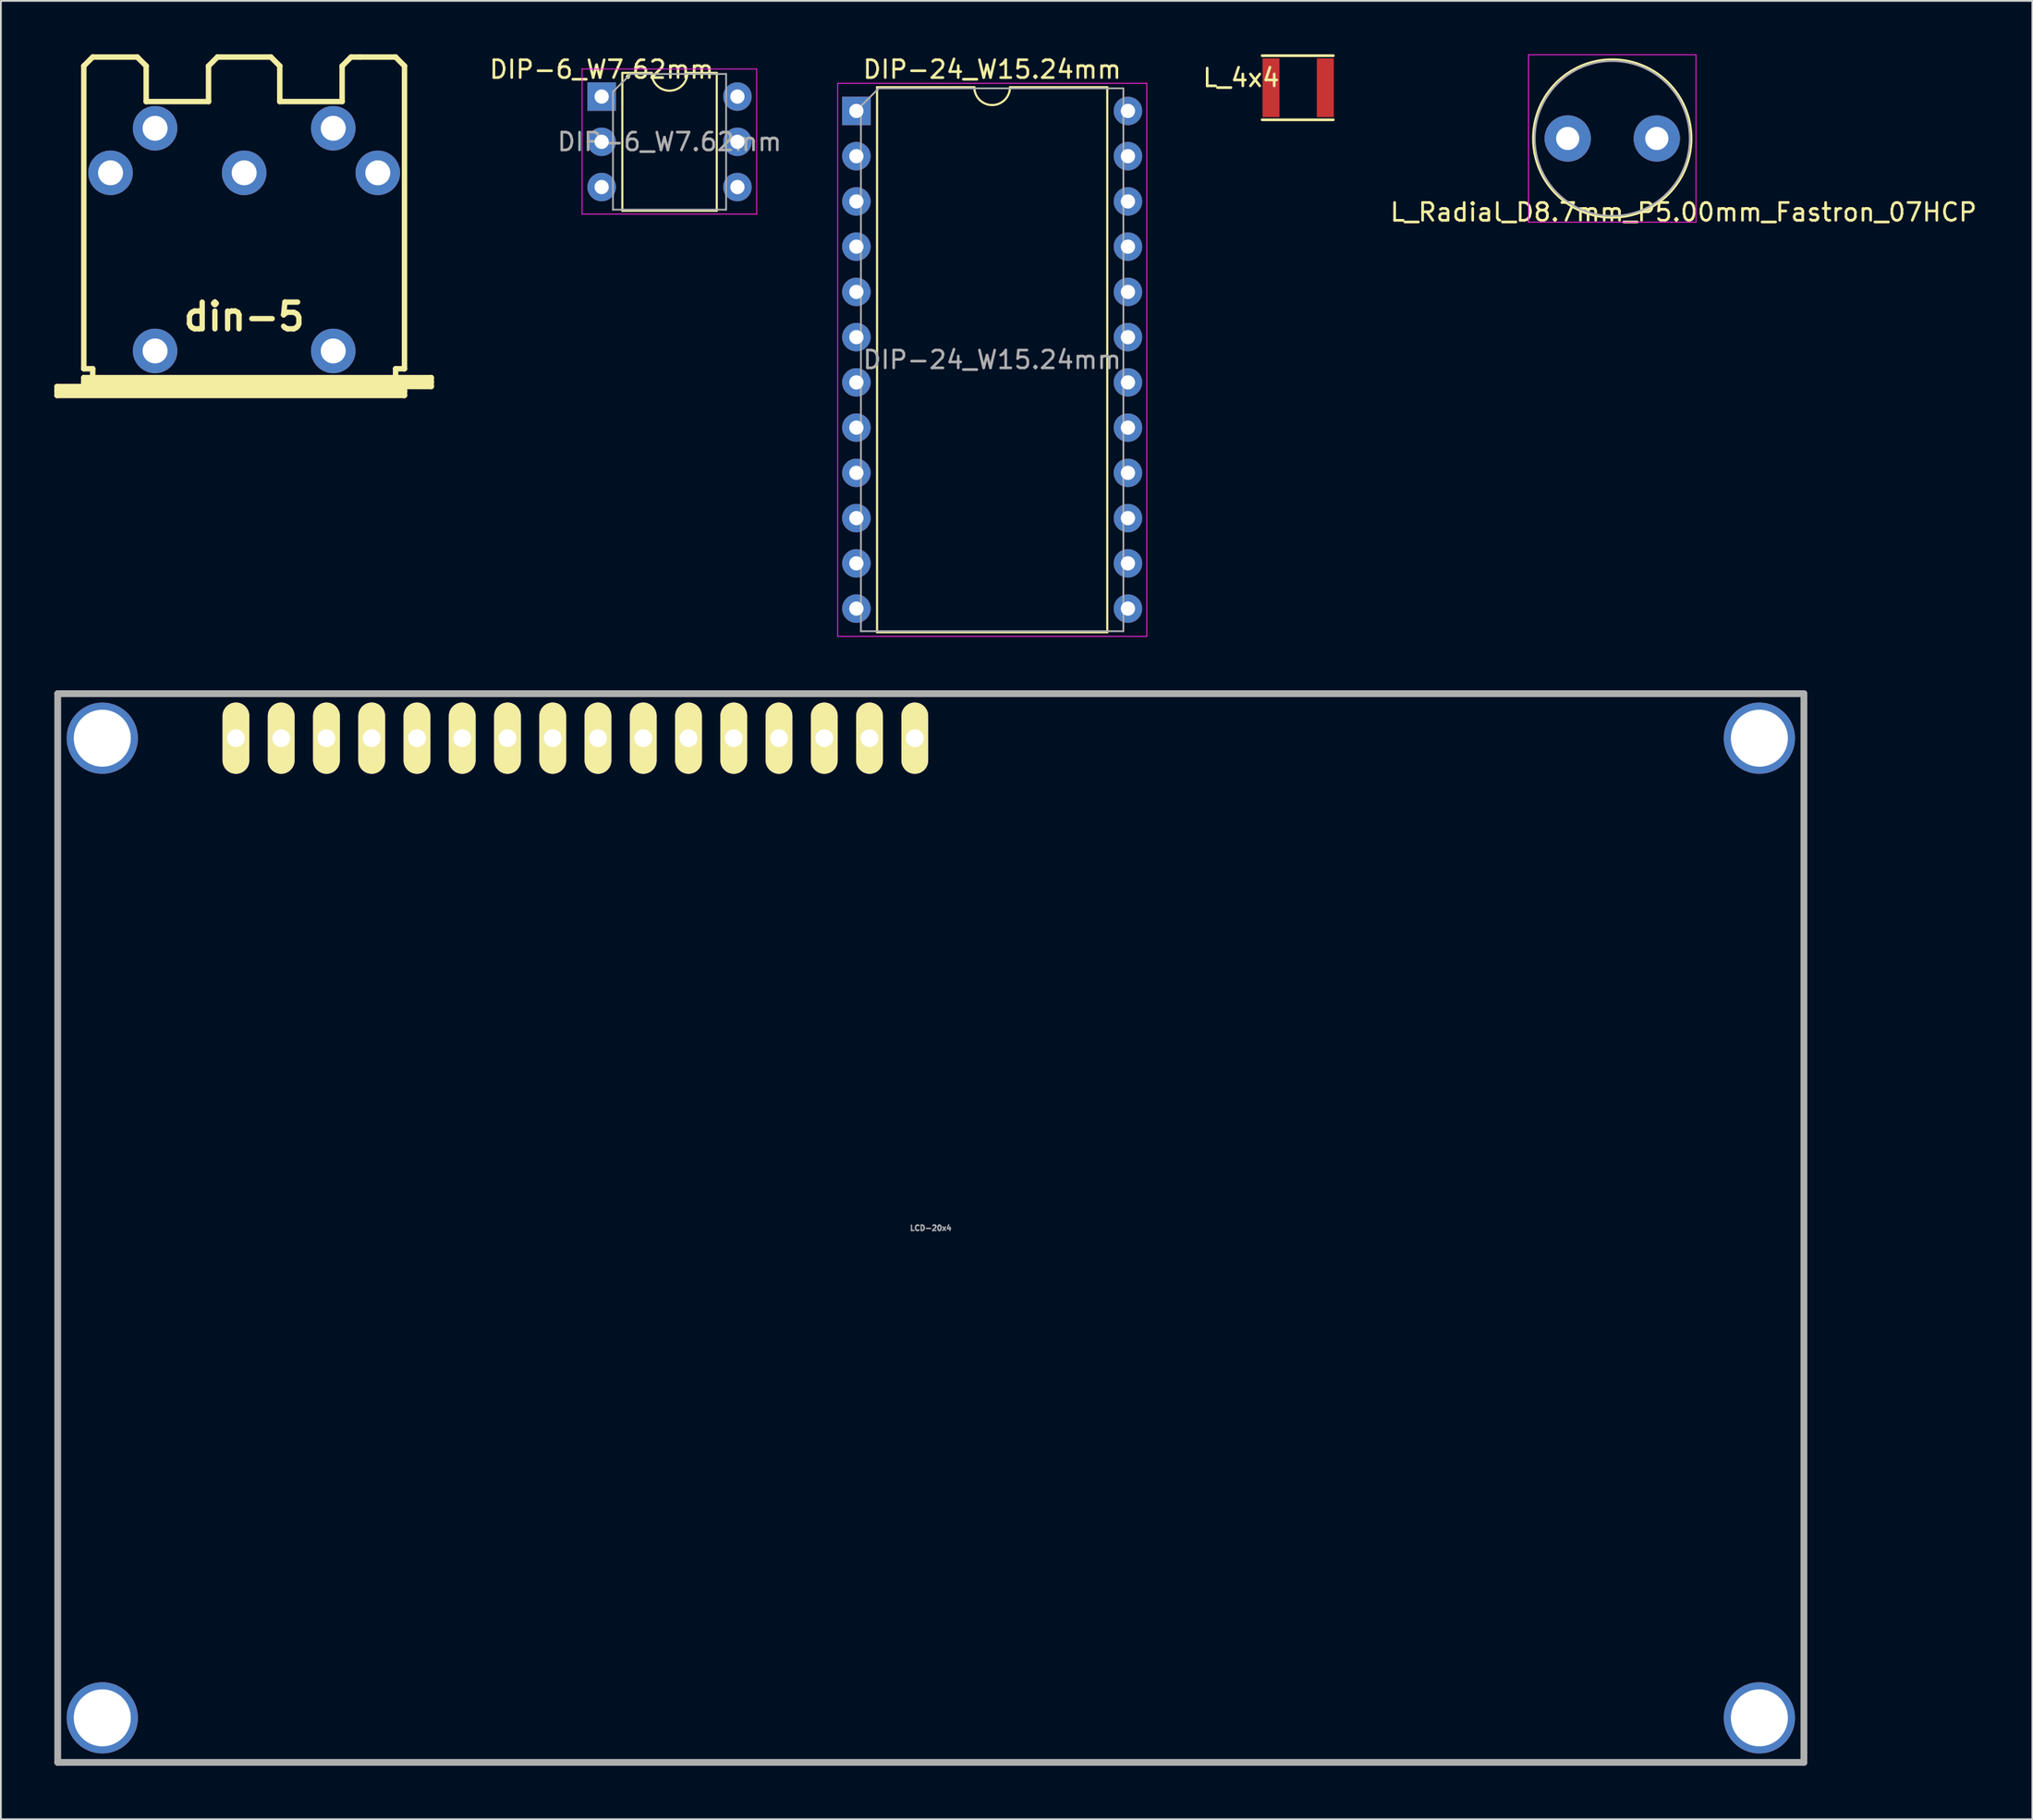
<source format=kicad_pcb>
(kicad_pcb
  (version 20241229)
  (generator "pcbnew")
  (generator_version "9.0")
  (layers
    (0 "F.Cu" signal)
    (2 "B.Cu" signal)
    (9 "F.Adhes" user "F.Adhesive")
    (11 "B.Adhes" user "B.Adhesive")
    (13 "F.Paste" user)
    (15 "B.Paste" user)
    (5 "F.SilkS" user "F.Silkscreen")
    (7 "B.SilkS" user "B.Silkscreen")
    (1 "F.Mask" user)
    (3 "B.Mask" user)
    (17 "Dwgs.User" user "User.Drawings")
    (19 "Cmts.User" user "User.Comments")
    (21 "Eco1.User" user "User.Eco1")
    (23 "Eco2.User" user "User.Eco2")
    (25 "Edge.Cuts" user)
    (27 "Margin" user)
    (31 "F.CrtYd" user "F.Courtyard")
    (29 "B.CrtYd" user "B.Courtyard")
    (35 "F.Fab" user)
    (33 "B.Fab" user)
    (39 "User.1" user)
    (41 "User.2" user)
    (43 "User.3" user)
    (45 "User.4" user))
  (footprint "DIP-24_W15.24mm"
    (layer "F.Cu")
    (at 45.012 3.178)
    (property "Reference" "DIP-24_W15.24mm" (at 7.62 -2.33 0) (layer "F.SilkS") (effects (font (size 1 1) (thickness 0.15))))
    (attr through_hole)
    (fp_line (start 1.16 -1.33) (end 1.16 29.27) (stroke (width 0.12) (type solid)) (layer "F.SilkS"))
    (fp_line (start 1.16 29.27) (end 14.08 29.27) (stroke (width 0.12) (type solid)) (layer "F.SilkS"))
    (fp_line (start 6.62 -1.33) (end 1.16 -1.33) (stroke (width 0.12) (type solid)) (layer "F.SilkS"))
    (fp_line (start 14.08 -1.33) (end 8.62 -1.33) (stroke (width 0.12) (type solid)) (layer "F.SilkS"))
    (fp_line (start 14.08 29.27) (end 14.08 -1.33) (stroke (width 0.12) (type solid)) (layer "F.SilkS"))
    (fp_arc (start 8.62 -1.33) (mid 7.62 -0.33) (end 6.62 -1.33) (stroke (width 0.12) (type solid)) (layer "F.SilkS"))
    (fp_line (start -1.05 -1.55) (end -1.05 29.5) (stroke (width 0.05) (type solid)) (layer "F.CrtYd"))
    (fp_line (start -1.05 29.5) (end 16.3 29.5) (stroke (width 0.05) (type solid)) (layer "F.CrtYd"))
    (fp_line (start 16.3 -1.55) (end -1.05 -1.55) (stroke (width 0.05) (type solid)) (layer "F.CrtYd"))
    (fp_line (start 16.3 29.5) (end 16.3 -1.55) (stroke (width 0.05) (type solid)) (layer "F.CrtYd"))
    (fp_line (start 0.255 -0.27) (end 1.255 -1.27) (stroke (width 0.1) (type solid)) (layer "F.Fab"))
    (fp_line (start 0.255 29.21) (end 0.255 -0.27) (stroke (width 0.1) (type solid)) (layer "F.Fab"))
    (fp_line (start 1.255 -1.27) (end 14.985 -1.27) (stroke (width 0.1) (type solid)) (layer "F.Fab"))
    (fp_line (start 14.985 -1.27) (end 14.985 29.21) (stroke (width 0.1) (type solid)) (layer "F.Fab"))
    (fp_line (start 14.985 29.21) (end 0.255 29.21) (stroke (width 0.1) (type solid)) (layer "F.Fab"))
    (fp_text user "${REFERENCE}" (at 7.62 13.97 0) (layer "F.Fab") (effects (font (size 1 1) (thickness 0.15))))
    (pad "1" thru_hole rect (at 0 0) (size 1.6 1.6) (drill 0.8) (layers "*.Cu" "*.Mask"))
    (pad "2" thru_hole oval (at 0 2.54) (size 1.6 1.6) (drill 0.8) (layers "*.Cu" "*.Mask"))
    (pad "3" thru_hole oval (at 0 5.08) (size 1.6 1.6) (drill 0.8) (layers "*.Cu" "*.Mask"))
    (pad "4" thru_hole oval (at 0 7.62) (size 1.6 1.6) (drill 0.8) (layers "*.Cu" "*.Mask"))
    (pad "5" thru_hole oval (at 0 10.16) (size 1.6 1.6) (drill 0.8) (layers "*.Cu" "*.Mask"))
    (pad "6" thru_hole oval (at 0 12.7) (size 1.6 1.6) (drill 0.8) (layers "*.Cu" "*.Mask"))
    (pad "7" thru_hole oval (at 0 15.24) (size 1.6 1.6) (drill 0.8) (layers "*.Cu" "*.Mask"))
    (pad "8" thru_hole oval (at 0 17.78) (size 1.6 1.6) (drill 0.8) (layers "*.Cu" "*.Mask"))
    (pad "9" thru_hole oval (at 0 20.32) (size 1.6 1.6) (drill 0.8) (layers "*.Cu" "*.Mask"))
    (pad "10" thru_hole oval (at 0 22.86) (size 1.6 1.6) (drill 0.8) (layers "*.Cu" "*.Mask"))
    (pad "11" thru_hole oval (at 0 25.4) (size 1.6 1.6) (drill 0.8) (layers "*.Cu" "*.Mask"))
    (pad "12" thru_hole oval (at 0 27.94) (size 1.6 1.6) (drill 0.8) (layers "*.Cu" "*.Mask"))
    (pad "13" thru_hole oval (at 15.24 27.94) (size 1.6 1.6) (drill 0.8) (layers "*.Cu" "*.Mask"))
    (pad "14" thru_hole oval (at 15.24 25.4) (size 1.6 1.6) (drill 0.8) (layers "*.Cu" "*.Mask"))
    (pad "15" thru_hole oval (at 15.24 22.86) (size 1.6 1.6) (drill 0.8) (layers "*.Cu" "*.Mask"))
    (pad "16" thru_hole oval (at 15.24 20.32) (size 1.6 1.6) (drill 0.8) (layers "*.Cu" "*.Mask"))
    (pad "17" thru_hole oval (at 15.24 17.78) (size 1.6 1.6) (drill 0.8) (layers "*.Cu" "*.Mask"))
    (pad "18" thru_hole oval (at 15.24 15.24) (size 1.6 1.6) (drill 0.8) (layers "*.Cu" "*.Mask"))
    (pad "19" thru_hole oval (at 15.24 12.7) (size 1.6 1.6) (drill 0.8) (layers "*.Cu" "*.Mask"))
    (pad "20" thru_hole oval (at 15.24 10.16) (size 1.6 1.6) (drill 0.8) (layers "*.Cu" "*.Mask"))
    (pad "21" thru_hole oval (at 15.24 7.62) (size 1.6 1.6) (drill 0.8) (layers "*.Cu" "*.Mask"))
    (pad "22" thru_hole oval (at 15.24 5.08) (size 1.6 1.6) (drill 0.8) (layers "*.Cu" "*.Mask"))
    (pad "23" thru_hole oval (at 15.24 2.54) (size 1.6 1.6) (drill 0.8) (layers "*.Cu" "*.Mask"))
    (pad "24" thru_hole oval (at 15.24 0) (size 1.6 1.6) (drill 0.8) (layers "*.Cu" "*.Mask")))
  (footprint "din-5"
    (layer "F.Cu")
    (at 10.653 9.652)
    (property "Reference" "din-5" (at 0 5.08 0) (layer "F.SilkS") (effects (font (size 1.5 1.5) (thickness 0.3))))
    (attr through_hole)
    (fp_line (start -10.5 8.999) (end -8.999 8.999) (stroke (width 0.305) (type solid)) (layer "F.SilkS"))
    (fp_line (start -10.5 9.251) (end 8.999 9.251) (stroke (width 0.305) (type solid)) (layer "F.SilkS"))
    (fp_line (start -10.5 9.5) (end -10.5 8.999) (stroke (width 0.305) (type solid)) (layer "F.SilkS"))
    (fp_line (start -8.999 -8.999) (end -8.999 8.001) (stroke (width 0.305) (type solid)) (layer "F.SilkS"))
    (fp_line (start -8.999 -8.999) (end -8.499 -9.5) (stroke (width 0.305) (type solid)) (layer "F.SilkS"))
    (fp_line (start -8.999 8.001) (end -8.499 8.001) (stroke (width 0.305) (type solid)) (layer "F.SilkS"))
    (fp_line (start -8.999 8.499) (end 10.5 8.499) (stroke (width 0.305) (type solid)) (layer "F.SilkS"))
    (fp_line (start -8.999 8.75) (end 10.5 8.75) (stroke (width 0.305) (type solid)) (layer "F.SilkS"))
    (fp_line (start -8.999 8.999) (end -8.999 8.499) (stroke (width 0.305) (type solid)) (layer "F.SilkS"))
    (fp_line (start -8.499 -9.5) (end -5.999 -9.5) (stroke (width 0.305) (type solid)) (layer "F.SilkS"))
    (fp_line (start -8.499 8.001) (end -8.499 8.499) (stroke (width 0.305) (type solid)) (layer "F.SilkS"))
    (fp_line (start -5.999 -9.5) (end -5.499 -8.999) (stroke (width 0.305) (type solid)) (layer "F.SilkS"))
    (fp_line (start -5.499 -8.999) (end -5.499 -7) (stroke (width 0.305) (type solid)) (layer "F.SilkS"))
    (fp_line (start -5.499 -7) (end -1.999 -7) (stroke (width 0.305) (type solid)) (layer "F.SilkS"))
    (fp_line (start -1.999 -8.999) (end -1.999 -7) (stroke (width 0.305) (type solid)) (layer "F.SilkS"))
    (fp_line (start -1.501 -9.5) (end -1.999 -8.999) (stroke (width 0.305) (type solid)) (layer "F.SilkS"))
    (fp_line (start -1.501 -9.5) (end 1.501 -9.5) (stroke (width 0.305) (type solid)) (layer "F.SilkS"))
    (fp_line (start 1.501 -9.5) (end 1.999 -8.999) (stroke (width 0.305) (type solid)) (layer "F.SilkS"))
    (fp_line (start 1.999 -8.999) (end 1.999 -7) (stroke (width 0.305) (type solid)) (layer "F.SilkS"))
    (fp_line (start 5.499 -8.999) (end 5.499 -7) (stroke (width 0.305) (type solid)) (layer "F.SilkS"))
    (fp_line (start 5.499 -7) (end 1.999 -7) (stroke (width 0.305) (type solid)) (layer "F.SilkS"))
    (fp_line (start 5.999 -9.5) (end 5.499 -8.999) (stroke (width 0.305) (type solid)) (layer "F.SilkS"))
    (fp_line (start 6.5 -9.5) (end 5.999 -9.5) (stroke (width 0.305) (type solid)) (layer "F.SilkS"))
    (fp_line (start 8.499 -9.5) (end 6.5 -9.5) (stroke (width 0.305) (type solid)) (layer "F.SilkS"))
    (fp_line (start 8.499 8.499) (end 8.499 8.001) (stroke (width 0.305) (type solid)) (layer "F.SilkS"))
    (fp_line (start 8.999 -8.999) (end 8.499 -9.5) (stroke (width 0.305) (type solid)) (layer "F.SilkS"))
    (fp_line (start 8.999 -8.999) (end 8.999 8.001) (stroke (width 0.305) (type solid)) (layer "F.SilkS"))
    (fp_line (start 8.999 8.001) (end 8.499 8.001) (stroke (width 0.305) (type solid)) (layer "F.SilkS"))
    (fp_line (start 8.999 8.999) (end -8.999 8.999) (stroke (width 0.305) (type solid)) (layer "F.SilkS"))
    (fp_line (start 8.999 8.999) (end 8.999 9.5) (stroke (width 0.305) (type solid)) (layer "F.SilkS"))
    (fp_line (start 8.999 9.5) (end -10.5 9.5) (stroke (width 0.305) (type solid)) (layer "F.SilkS"))
    (fp_line (start 10.5 8.499) (end 10.5 8.999) (stroke (width 0.305) (type solid)) (layer "F.SilkS"))
    (fp_line (start 10.5 8.999) (end 8.999 8.999) (stroke (width 0.305) (type solid)) (layer "F.SilkS"))
    (pad "1" thru_hole circle (at 7.5 -3) (size 2.5 2.5) (drill 1.4) (layers "*.Cu" "*.Mask"))
    (pad "2" thru_hole circle (at 0 -3) (size 2.5 2.5) (drill 1.4) (layers "*.Cu" "*.Mask"))
    (pad "3" thru_hole circle (at -7.5 -3) (size 2.5 2.5) (drill 1.4) (layers "*.Cu" "*.Mask"))
    (pad "4" thru_hole circle (at 5 -5.5) (size 2.5 2.5) (drill 1.4) (layers "*.Cu" "*.Mask"))
    (pad "5" thru_hole circle (at -5 -5.5) (size 2.5 2.5) (drill 1.4) (layers "*.Cu" "*.Mask"))
    (pad "6" thru_hole circle (at -5 7) (size 2.5 2.5) (drill 1.4) (layers "*.Cu" "*.Mask"))
    (pad "6" thru_hole circle (at 5 7) (size 2.5 2.5) (drill 1.4) (layers "*.Cu" "*.Mask")))
  (footprint "L_4x4"
    (layer "F.Cu")
    (at 68.281 1.875)
    (property "Reference" "L_4x4" (at -1.676 -0.559 0) (layer "F.SilkS") (effects (font (size 1 1) (thickness 0.15))))
    (attr through_hole)
    (fp_line (start -0.5 1.8) (end 3.5 1.8) (stroke (width 0.15) (type solid)) (layer "F.SilkS"))
    (fp_line (start 3.5 -1.8) (end -0.5 -1.8) (stroke (width 0.15) (type solid)) (layer "F.SilkS"))
    (pad "1" smd rect (at 0 0) (size 0.95 3.3) (layers "F.Cu" "F.Mask" "F.Paste"))
    (pad "2" smd rect (at 3.05 0) (size 0.95 3.3) (layers "F.Cu" "F.Mask" "F.Paste")))
  (footprint "LCD-20x4"
    (layer "F.Cu")
    (at 49.19 65.894)
    (property "Reference" "LCD-20x4" (at 0 0 0) (layer "F.Fab") (effects (font (size 0.3 0.3) (thickness 0.075))))
    (attr smd)
    (fp_line (start -48.999 -30) (end 48.999 -30) (stroke (width 0.381) (type solid)) (layer "F.Fab"))
    (fp_line (start -48.999 30) (end -48.999 -30) (stroke (width 0.381) (type solid)) (layer "F.Fab"))
    (fp_line (start 48.999 -30) (end 48.999 30) (stroke (width 0.381) (type solid)) (layer "F.Fab"))
    (fp_line (start 48.999 30) (end -48.999 30) (stroke (width 0.381) (type solid)) (layer "F.Fab"))
    (fp_circle (center -46.5 -27.501) (end -46.5 -27.475) (stroke (width 0.381) (type solid)) (fill no) (layer "F.Fab"))
    (fp_circle (center -46.5 27.501) (end -46.474 27.526) (stroke (width 0.381) (type solid)) (fill no) (layer "F.Fab"))
    (fp_circle (center 46.5 -27.501) (end 46.5 -27.475) (stroke (width 0.381) (type solid)) (fill no) (layer "F.Fab"))
    (fp_circle (center 46.5 27.501) (end 46.5 27.526) (stroke (width 0.381) (type solid)) (fill no) (layer "F.Fab"))
    (pad "1" thru_hole oval (at -38.999 -27.501) (size 1.501 4) (drill 1.001) (layers "*.Cu" "*.Mask" "F.SilkS"))
    (pad "2" thru_hole oval (at -36.459 -27.501) (size 1.501 4) (drill 1.001) (layers "*.Cu" "*.Mask" "F.SilkS"))
    (pad "3" thru_hole oval (at -33.919 -27.501) (size 1.501 4) (drill 1.001) (layers "*.Cu" "*.Mask" "F.SilkS"))
    (pad "4" thru_hole oval (at -31.379 -27.501) (size 1.501 4) (drill 1.001) (layers "*.Cu" "*.Mask" "F.SilkS"))
    (pad "5" thru_hole oval (at -28.839 -27.501) (size 1.501 4) (drill 1.001) (layers "*.Cu" "*.Mask" "F.SilkS"))
    (pad "6" thru_hole oval (at -26.299 -27.501) (size 1.501 4) (drill 1.001) (layers "*.Cu" "*.Mask" "F.SilkS"))
    (pad "7" thru_hole oval (at -23.759 -27.501) (size 1.501 4) (drill 1.001) (layers "*.Cu" "*.Mask" "F.SilkS"))
    (pad "8" thru_hole oval (at -21.219 -27.501) (size 1.501 4) (drill 1.001) (layers "*.Cu" "*.Mask" "F.SilkS"))
    (pad "9" thru_hole oval (at -18.679 -27.501) (size 1.501 4) (drill 1.001) (layers "*.Cu" "*.Mask" "F.SilkS"))
    (pad "10" thru_hole oval (at -16.139 -27.501) (size 1.501 4) (drill 1.001) (layers "*.Cu" "*.Mask" "F.SilkS"))
    (pad "11" thru_hole oval (at -13.599 -27.501) (size 1.501 4) (drill 1.001) (layers "*.Cu" "*.Mask" "F.SilkS"))
    (pad "12" thru_hole oval (at -11.059 -27.501) (size 1.501 4) (drill 1.001) (layers "*.Cu" "*.Mask" "F.SilkS"))
    (pad "13" thru_hole oval (at -8.519 -27.501) (size 1.501 4) (drill 1.001) (layers "*.Cu" "*.Mask" "F.SilkS"))
    (pad "14" thru_hole oval (at -5.979 -27.501) (size 1.501 4) (drill 1.001) (layers "*.Cu" "*.Mask" "F.SilkS"))
    (pad "15" thru_hole oval (at -3.439 -27.501) (size 1.501 4) (drill 1.001) (layers "*.Cu" "*.Mask" "F.SilkS"))
    (pad "16" thru_hole oval (at -0.899 -27.501) (size 1.501 4) (drill 1.001) (layers "*.Cu" "*.Mask" "F.SilkS"))
    (pad "~" thru_hole circle (at -46.5 -27.5) (size 4 4) (drill 3.2) (layers "*.Cu" "*.Mask"))
    (pad "~" thru_hole circle (at -46.5 27.5) (size 4 4) (drill 3.2) (layers "*.Cu" "*.Mask"))
    (pad "~" thru_hole circle (at 46.5 -27.5) (size 4 4) (drill 3.2) (layers "*.Cu" "*.Mask"))
    (pad "~" thru_hole circle (at 46.5 27.5) (size 4 4) (drill 3.2) (layers "*.Cu" "*.Mask")))
  (footprint "L_Radial_D8.7mm_P5.00mm_Fastron_07HCP"
    (layer "F.Cu")
    (at 84.934 4.725)
    (property "Reference" "L_Radial_D8.7mm_P5.00mm_Fastron_07HCP" (at 6.5 4.137 0) (layer "F.SilkS") (effects (font (size 1 1) (thickness 0.15))))
    (attr through_hole)
    (fp_circle (center 2.5 0) (end 6.94 0) (stroke (width 0.12) (type solid)) (fill no) (layer "F.SilkS"))
    (fp_line (start -2.2 -4.7) (end -2.2 4.7) (stroke (width 0.05) (type solid)) (layer "F.CrtYd"))
    (fp_line (start -2.2 4.7) (end 7.2 4.7) (stroke (width 0.05) (type solid)) (layer "F.CrtYd"))
    (fp_line (start 7.2 -4.7) (end -2.2 -4.7) (stroke (width 0.05) (type solid)) (layer "F.CrtYd"))
    (fp_line (start 7.2 4.7) (end 7.2 -4.7) (stroke (width 0.05) (type solid)) (layer "F.CrtYd"))
    (fp_circle (center 2.5 0) (end 6.85 0) (stroke (width 0.1) (type solid)) (fill no) (layer "F.Fab"))
    (pad "1" thru_hole circle (at 0 0) (size 2.6 2.6) (drill 1.3) (layers "*.Cu" "*.Mask"))
    (pad "2" thru_hole circle (at 5 0) (size 2.6 2.6) (drill 1.3) (layers "*.Cu" "*.Mask")))
  (footprint "DIP-6_W7.62mm"
    (layer "F.Cu")
    (at 30.716 2.372)
    (property "Reference" "DIP-6_W7.62mm" (at 0 -1.524 0) (layer "F.SilkS") (effects (font (size 1 1) (thickness 0.15))))
    (attr through_hole)
    (fp_line (start 1.16 -1.33) (end 1.16 6.41) (stroke (width 0.12) (type solid)) (layer "F.SilkS"))
    (fp_line (start 1.16 6.41) (end 6.46 6.41) (stroke (width 0.12) (type solid)) (layer "F.SilkS"))
    (fp_line (start 2.81 -1.33) (end 1.16 -1.33) (stroke (width 0.12) (type solid)) (layer "F.SilkS"))
    (fp_line (start 6.46 -1.33) (end 4.81 -1.33) (stroke (width 0.12) (type solid)) (layer "F.SilkS"))
    (fp_line (start 6.46 6.41) (end 6.46 -1.33) (stroke (width 0.12) (type solid)) (layer "F.SilkS"))
    (fp_arc (start 4.81 -1.33) (mid 3.81 -0.33) (end 2.81 -1.33) (stroke (width 0.12) (type solid)) (layer "F.SilkS"))
    (fp_line (start -1.1 -1.55) (end -1.1 6.6) (stroke (width 0.05) (type solid)) (layer "F.CrtYd"))
    (fp_line (start -1.1 6.6) (end 8.7 6.6) (stroke (width 0.05) (type solid)) (layer "F.CrtYd"))
    (fp_line (start 8.7 -1.55) (end -1.1 -1.55) (stroke (width 0.05) (type solid)) (layer "F.CrtYd"))
    (fp_line (start 8.7 6.6) (end 8.7 -1.55) (stroke (width 0.05) (type solid)) (layer "F.CrtYd"))
    (fp_line (start 0.635 -0.27) (end 1.635 -1.27) (stroke (width 0.1) (type solid)) (layer "F.Fab"))
    (fp_line (start 0.635 6.35) (end 0.635 -0.27) (stroke (width 0.1) (type solid)) (layer "F.Fab"))
    (fp_line (start 1.635 -1.27) (end 6.985 -1.27) (stroke (width 0.1) (type solid)) (layer "F.Fab"))
    (fp_line (start 6.985 -1.27) (end 6.985 6.35) (stroke (width 0.1) (type solid)) (layer "F.Fab"))
    (fp_line (start 6.985 6.35) (end 0.635 6.35) (stroke (width 0.1) (type solid)) (layer "F.Fab"))
    (fp_text user "${REFERENCE}" (at 3.81 2.54 0) (layer "F.Fab") (effects (font (size 1 1) (thickness 0.15))))
    (pad "1" thru_hole rect (at 0 0) (size 1.6 1.6) (drill 0.8) (layers "*.Cu" "*.Mask"))
    (pad "2" thru_hole oval (at 0 2.54) (size 1.6 1.6) (drill 0.8) (layers "*.Cu" "*.Mask"))
    (pad "3" thru_hole oval (at 0 5.08) (size 1.6 1.6) (drill 0.8) (layers "*.Cu" "*.Mask"))
    (pad "4" thru_hole oval (at 7.62 5.08) (size 1.6 1.6) (drill 0.8) (layers "*.Cu" "*.Mask"))
    (pad "5" thru_hole oval (at 7.62 2.54) (size 1.6 1.6) (drill 0.8) (layers "*.Cu" "*.Mask"))
    (pad "6" thru_hole oval (at 7.62 0) (size 1.6 1.6) (drill 0.8) (layers "*.Cu" "*.Mask")))
  (gr_rect
    (start -3 -3)
    (end 111.011 99.084)
    (stroke (width 0.1) (type default))
    (fill no)
    (layer "Edge.Cuts")))
</source>
